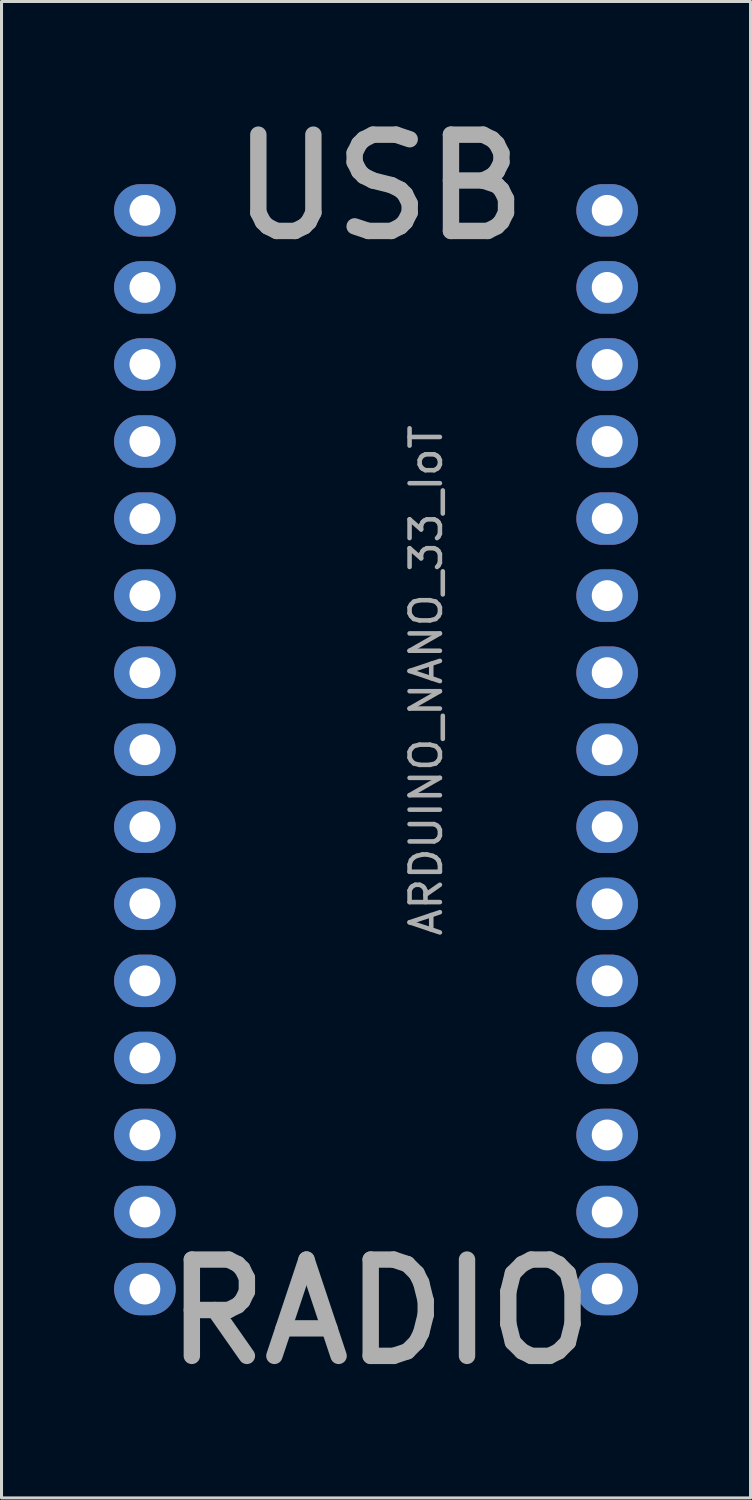
<source format=kicad_pcb>
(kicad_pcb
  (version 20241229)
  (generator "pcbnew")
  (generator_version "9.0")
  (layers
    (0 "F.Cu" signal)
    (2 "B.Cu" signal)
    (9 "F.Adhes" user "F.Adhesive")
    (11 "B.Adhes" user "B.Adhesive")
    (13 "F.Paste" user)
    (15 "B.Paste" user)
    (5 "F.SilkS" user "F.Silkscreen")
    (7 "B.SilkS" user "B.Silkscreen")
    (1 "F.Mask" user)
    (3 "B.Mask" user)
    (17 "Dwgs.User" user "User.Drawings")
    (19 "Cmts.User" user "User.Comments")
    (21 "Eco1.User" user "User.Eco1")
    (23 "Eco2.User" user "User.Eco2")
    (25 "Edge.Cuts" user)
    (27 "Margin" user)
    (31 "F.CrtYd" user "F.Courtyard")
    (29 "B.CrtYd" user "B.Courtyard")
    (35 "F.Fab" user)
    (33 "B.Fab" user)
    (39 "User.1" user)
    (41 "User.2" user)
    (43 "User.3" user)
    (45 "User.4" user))
  (footprint "ARDUINO_NANO_33_IoT"
    (layer "F.Cu")
    (at 9.219 18.617)
    (property "Reference" "ARDUINO_NANO_33_IoT" (at 1.778 0.762 90) (layer "F.Fab") (effects (font (size 1 1) (thickness 0.15))))
    (attr through_hole)
    (fp_line (start -9.144 -18.542) (end -9.144 24.638) (stroke (width 0.15) (type solid)) (layer "Eco2.User"))
    (fp_line (start -9.144 -18.542) (end 9.398 -18.542) (stroke (width 0.15) (type solid)) (layer "Eco2.User"))
    (fp_line (start -9.144 24.638) (end 9.398 24.638) (stroke (width 0.15) (type solid)) (layer "Eco2.User"))
    (fp_line (start 9.398 -18.542) (end 9.398 24.638) (stroke (width 0.15) (type solid)) (layer "Eco2.User"))
    (fp_text user "USB" (at 0.254 -15.494 0) (layer "F.Fab") (effects (font (size 3.175 3.175) (thickness 0.54))))
    (fp_text user "RADIO" (at 0.254 21.59 0) (layer "F.Fab") (effects (font (size 3.175 3.175) (thickness 0.54))))
    (pad "2" thru_hole oval (at 7.747 10.668) (size 2.032 1.727) (drill 1.016) (layers "*.Cu" "*.Mask"))
    (pad "3" thru_hole oval (at 7.747 8.128) (size 2.032 1.727) (drill 1.016) (layers "*.Cu" "*.Mask"))
    (pad "3V3" thru_hole oval (at -7.493 -12.192) (size 2.032 1.727) (drill 1.016) (layers "*.Cu" "*.Mask"))
    (pad "4" thru_hole oval (at 7.747 5.588) (size 2.032 1.727) (drill 1.016) (layers "*.Cu" "*.Mask"))
    (pad "5" thru_hole oval (at 7.747 3.048) (size 2.032 1.727) (drill 1.016) (layers "*.Cu" "*.Mask"))
    (pad "6" thru_hole oval (at 7.747 0.508) (size 2.032 1.727) (drill 1.016) (layers "*.Cu" "*.Mask"))
    (pad "7" thru_hole oval (at 7.747 -2.032) (size 2.032 1.727) (drill 1.016) (layers "*.Cu" "*.Mask"))
    (pad "8" thru_hole oval (at 7.747 -4.572) (size 2.032 1.727) (drill 1.016) (layers "*.Cu" "*.Mask"))
    (pad "9" thru_hole oval (at 7.747 -7.112) (size 2.032 1.727) (drill 1.016) (layers "*.Cu" "*.Mask"))
    (pad "10" thru_hole oval (at 7.747 -9.652) (size 2.032 1.727) (drill 1.016) (layers "*.Cu" "*.Mask"))
    (pad "11" thru_hole oval (at 7.747 -12.192) (size 2.032 1.727) (drill 1.016) (layers "*.Cu" "*.Mask"))
    (pad "12" thru_hole oval (at 7.747 -14.732) (size 2.032 1.727) (drill 1.016) (layers "*.Cu" "*.Mask"))
    (pad "13" thru_hole oval (at -7.493 -14.732) (size 2.032 1.727) (drill 1.016) (layers "*.Cu" "*.Mask"))
    (pad "14" thru_hole oval (at -7.493 -7.112) (size 2.032 1.727) (drill 1.016) (layers "*.Cu" "*.Mask"))
    (pad "15" thru_hole oval (at -7.493 -4.572) (size 2.032 1.727) (drill 1.016) (layers "*.Cu" "*.Mask"))
    (pad "16" thru_hole oval (at -7.493 -2.032) (size 2.032 1.727) (drill 1.016) (layers "*.Cu" "*.Mask"))
    (pad "17" thru_hole oval (at -7.493 0.508) (size 2.032 1.727) (drill 1.016) (layers "*.Cu" "*.Mask"))
    (pad "18" thru_hole oval (at -7.493 3.048) (size 2.032 1.727) (drill 1.016) (layers "*.Cu" "*.Mask"))
    (pad "20" thru_hole oval (at -7.493 8.128) (size 2.032 1.727) (drill 1.016) (layers "*.Cu" "*.Mask"))
    (pad "21" thru_hole oval (at -7.493 10.668) (size 2.032 1.727) (drill 1.016) (layers "*.Cu" "*.Mask"))
    (pad "29" thru_hole oval (at -7.493 5.588) (size 2.032 1.727) (drill 1.016) (layers "*.Cu" "*.Mask"))
    (pad "AREF" thru_hole oval (at -7.493 -9.652) (size 2.032 1.727) (drill 1.016) (layers "*.Cu" "*.Mask"))
    (pad "GND" thru_hole oval (at -7.493 18.288) (size 2.032 1.727) (drill 1.016) (layers "*.Cu" "*.Mask"))
    (pad "GND" thru_hole oval (at 7.747 13.208) (size 2.032 1.727) (drill 1.016) (layers "*.Cu" "*.Mask"))
    (pad "RX" thru_hole oval (at 7.747 18.288) (size 2.032 1.727) (drill 1.016) (layers "*.Cu" "*.Mask"))
    (pad "TX" thru_hole oval (at 7.747 20.828) (size 2.032 1.727) (drill 1.016) (layers "*.Cu" "*.Mask"))
    (pad "USB" thru_hole oval (at -7.493 13.208) (size 2.032 1.727) (drill 1.016) (layers "*.Cu" "*.Mask"))
    (pad "VIN" thru_hole oval (at -7.493 20.828) (size 2.032 1.727) (drill 1.016) (layers "*.Cu" "*.Mask"))
    (pad "~RST" thru_hole oval (at -7.493 15.748) (size 2.032 1.727) (drill 1.016) (layers "*.Cu" "*.Mask"))
    (pad "~RST" thru_hole oval (at 7.747 15.748) (size 2.032 1.727) (drill 1.016) (layers "*.Cu" "*.Mask")))
  (gr_rect
    (start -3 -3)
    (end 21.692 46.33)
    (stroke (width 0.1) (type default))
    (fill no)
    (layer "Edge.Cuts")))
</source>
